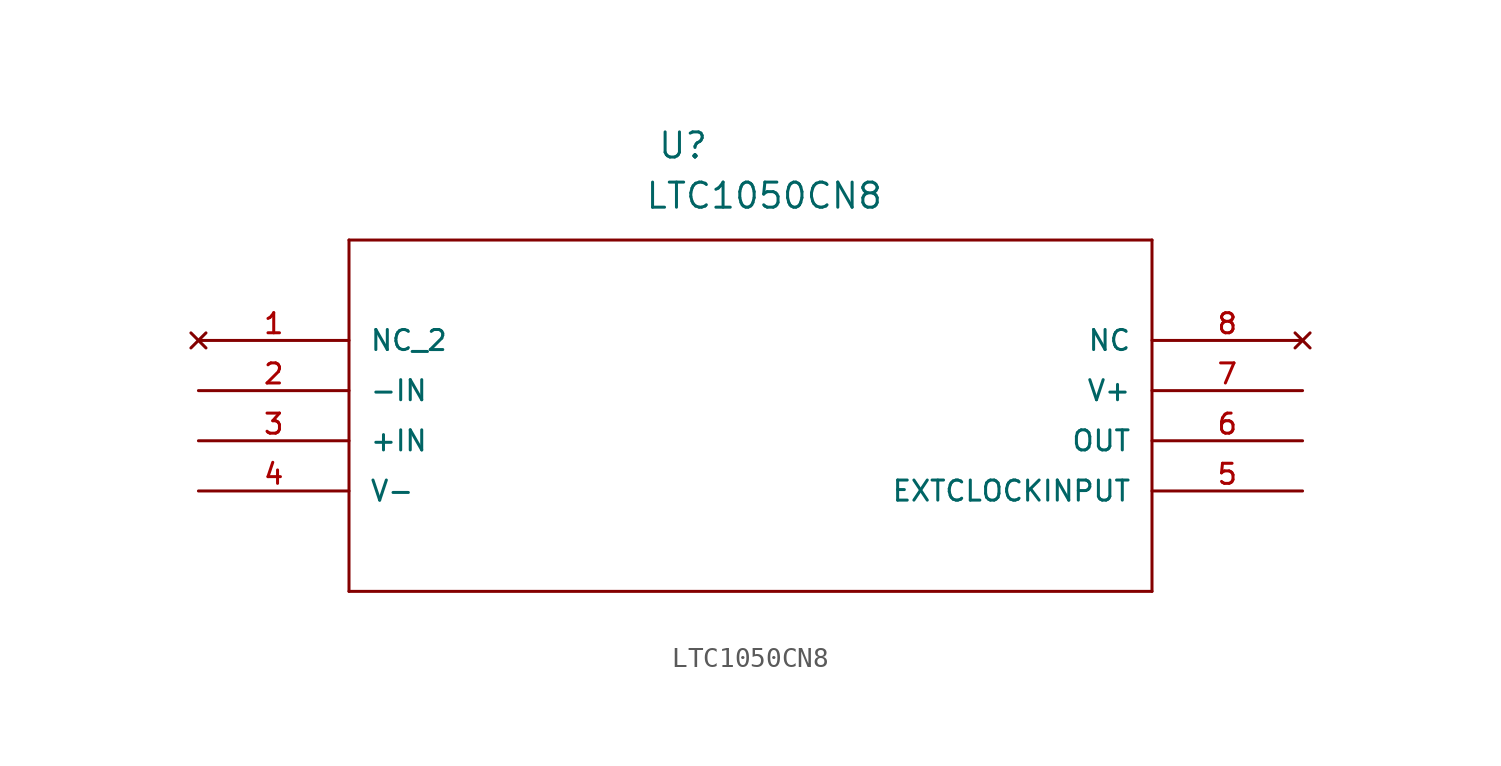
<source format=kicad_sym>
(kicad_symbol_lib
  (version 20211014)
  (generator kicad_symbol_editor)
  (symbol "LTC1050CN8"
    (pin_names
      (offset 1.016))
    (property "Reference" "U"
      (at 23.216 9.119 0.0)
      (effects (font (size 1.27 1.27)) (justify bottom left)))
    (property "Value" "LTC1050CN8"
      (at 22.581 6.579 0.0)
      (effects (font (size 1.27 1.27)) (justify bottom left)))
    (symbol "LTC1050CN8_0_0"
      (polyline (pts (xy 7.62 5.08) (xy 7.62 -12.7)) (stroke (width 0.152)))
      (polyline (pts (xy 7.62 -12.7) (xy 48.26 -12.7)) (stroke (width 0.152)))
      (polyline (pts (xy 48.26 -12.7) (xy 48.26 5.08)) (stroke (width 0.152)))
      (polyline (pts (xy 48.26 5.08) (xy 7.62 5.08)) (stroke (width 0.152)))
      (pin no_connect line (at 0.0 0.0 0) (length 7.62) (name "NC_2" (effects (font (size 1.016 1.016)))) (number "1" (effects (font (size 1.016 1.016)))))
      (pin input line (at 0.0 -2.54 0) (length 7.62) (name "-IN" (effects (font (size 1.016 1.016)))) (number "2" (effects (font (size 1.016 1.016)))))
      (pin input line (at 0.0 -5.08 0) (length 7.62) (name "+IN" (effects (font (size 1.016 1.016)))) (number "3" (effects (font (size 1.016 1.016)))))
      (pin power_in line (at 0.0 -7.62 0) (length 7.62) (name "V-" (effects (font (size 1.016 1.016)))) (number "4" (effects (font (size 1.016 1.016)))))
      (pin input line (at 55.88 -7.62 180.0) (length 7.62) (name "EXTCLOCKINPUT" (effects (font (size 1.016 1.016)))) (number "5" (effects (font (size 1.016 1.016)))))
      (pin output line (at 55.88 -5.08 180.0) (length 7.62) (name "OUT" (effects (font (size 1.016 1.016)))) (number "6" (effects (font (size 1.016 1.016)))))
      (pin power_in line (at 55.88 -2.54 180.0) (length 7.62) (name "V+" (effects (font (size 1.016 1.016)))) (number "7" (effects (font (size 1.016 1.016)))))
      (pin no_connect line (at 55.88 0.0 180.0) (length 7.62) (name "NC" (effects (font (size 1.016 1.016)))) (number "8" (effects (font (size 1.016 1.016))))))))
</source>
